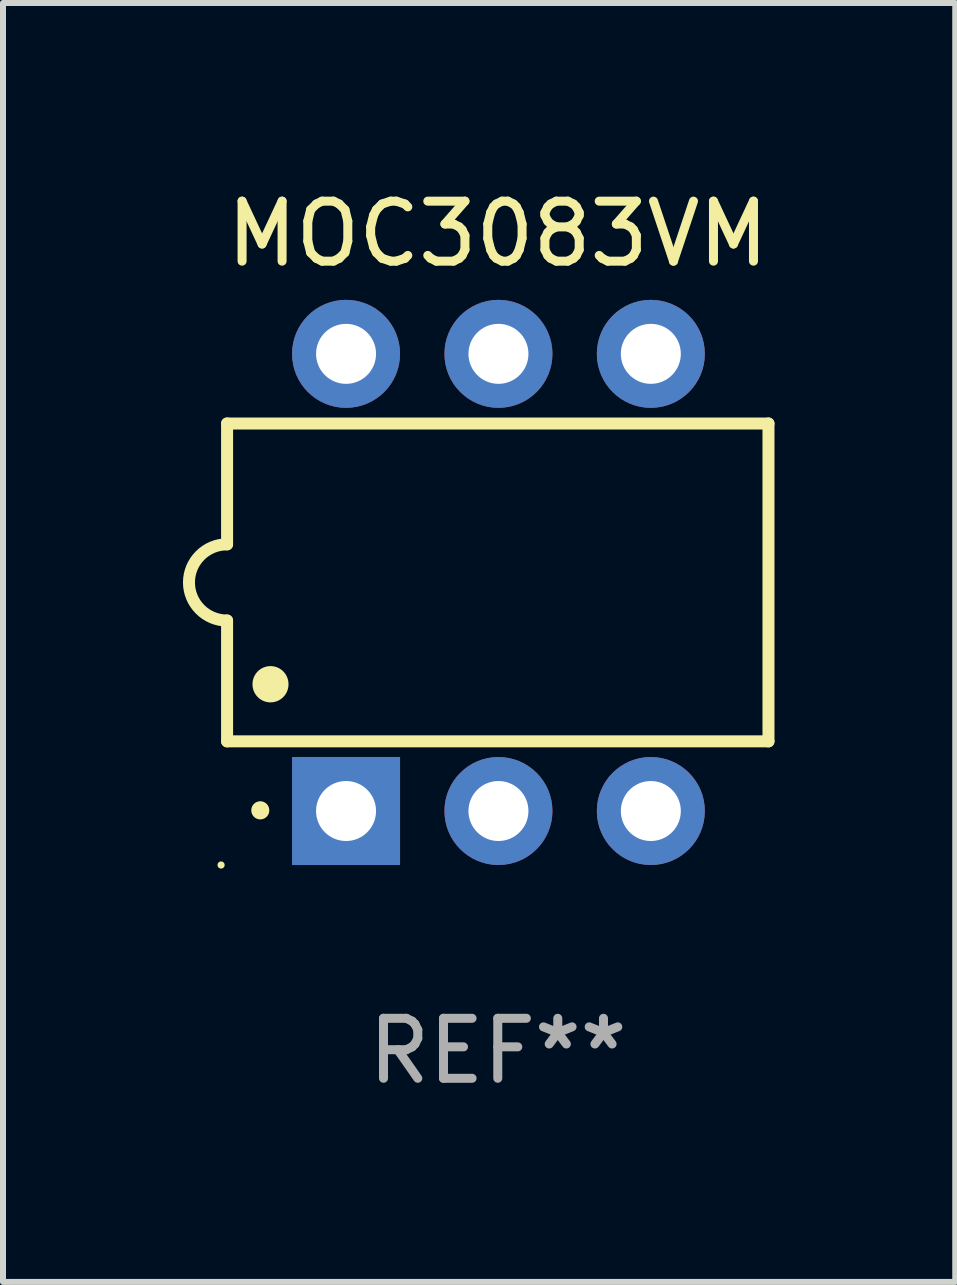
<source format=kicad_pcb>
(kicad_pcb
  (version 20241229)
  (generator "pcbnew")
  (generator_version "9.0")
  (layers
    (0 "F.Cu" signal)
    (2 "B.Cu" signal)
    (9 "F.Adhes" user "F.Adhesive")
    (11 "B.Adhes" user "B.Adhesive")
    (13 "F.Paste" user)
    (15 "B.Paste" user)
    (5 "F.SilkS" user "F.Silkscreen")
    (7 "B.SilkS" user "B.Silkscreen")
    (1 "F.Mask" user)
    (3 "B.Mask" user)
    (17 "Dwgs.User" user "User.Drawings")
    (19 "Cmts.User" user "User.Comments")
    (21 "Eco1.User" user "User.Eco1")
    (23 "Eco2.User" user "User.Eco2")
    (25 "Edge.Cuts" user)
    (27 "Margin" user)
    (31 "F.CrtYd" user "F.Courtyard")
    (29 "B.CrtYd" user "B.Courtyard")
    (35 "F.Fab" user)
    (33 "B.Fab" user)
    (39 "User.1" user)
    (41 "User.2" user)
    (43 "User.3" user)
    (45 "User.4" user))
  (footprint "MOC3083VM"
    (layer "F.Cu")
    (at 5.247 6.658)
    (property "Reference" "MOC3083VM" (at 0 -5.81 0) (layer "F.SilkS") (effects (font (size 1 1) (thickness 0.15))))
    (attr through_hole)
    (fp_line (start -4.512 -2.649) (end 4.512 -2.649) (stroke (width 0.2) (type solid)) (layer "F.SilkS"))
    (fp_line (start -4.512 -0.635) (end -4.512 -2.649) (stroke (width 0.2) (type solid)) (layer "F.SilkS"))
    (fp_line (start -4.512 2.649) (end -4.512 0.635) (stroke (width 0.2) (type solid)) (layer "F.SilkS"))
    (fp_line (start 4.512 -2.649) (end 4.512 2.649) (stroke (width 0.2) (type solid)) (layer "F.SilkS"))
    (fp_line (start 4.512 2.649) (end -4.512 2.649) (stroke (width 0.2) (type solid)) (layer "F.SilkS"))
    (fp_arc (start -4.512319 0.635001) (mid -5.14732 0) (end -4.512319 -0.635001) (stroke (width 0.2) (type solid)) (layer "F.SilkS"))
    (fp_arc (start -3.958598 3.799848) (mid -3.958603 3.798578) (end -3.958598 3.797308) (stroke (width 0.3) (type solid)) (layer "F.SilkS"))
    (fp_arc (start -3.788418 1.699263) (mid -3.788429 1.696723) (end -3.788418 1.694183) (stroke (width 0.6) (type solid)) (layer "F.SilkS"))
    (fp_circle (center -4.612 4.71) (end -4.582 4.71) (stroke (width 0.06) (type solid)) (fill no) (layer "F.SilkS"))
    (fp_text user "REF**" (at 0 7.81 0) (layer "F.Fab") (effects (font (size 1 1) (thickness 0.15))))
    (pad "1" thru_hole rect (at -2.529 3.81 90) (size 1.8 1.8) (drill 1) (layers "*.Cu" "*.Mask"))
    (pad "2" thru_hole circle (at 0.011 3.81) (size 1.8 1.8) (drill 1) (layers "*.Cu" "*.Mask"))
    (pad "3" thru_hole circle (at 2.551 3.81) (size 1.8 1.8) (drill 1) (layers "*.Cu" "*.Mask"))
    (pad "4" thru_hole circle (at 2.551 -3.81) (size 1.8 1.8) (drill 1) (layers "*.Cu" "*.Mask"))
    (pad "5" thru_hole circle (at 0.011 -3.81) (size 1.8 1.8) (drill 1) (layers "*.Cu" "*.Mask"))
    (pad "6" thru_hole circle (at -2.529 -3.81) (size 1.8 1.8) (drill 1) (layers "*.Cu" "*.Mask")))
  (gr_rect
    (start -3 -3)
    (end 12.872 18.317)
    (stroke (width 0.1) (type default))
    (fill no)
    (layer "Edge.Cuts")))
</source>
